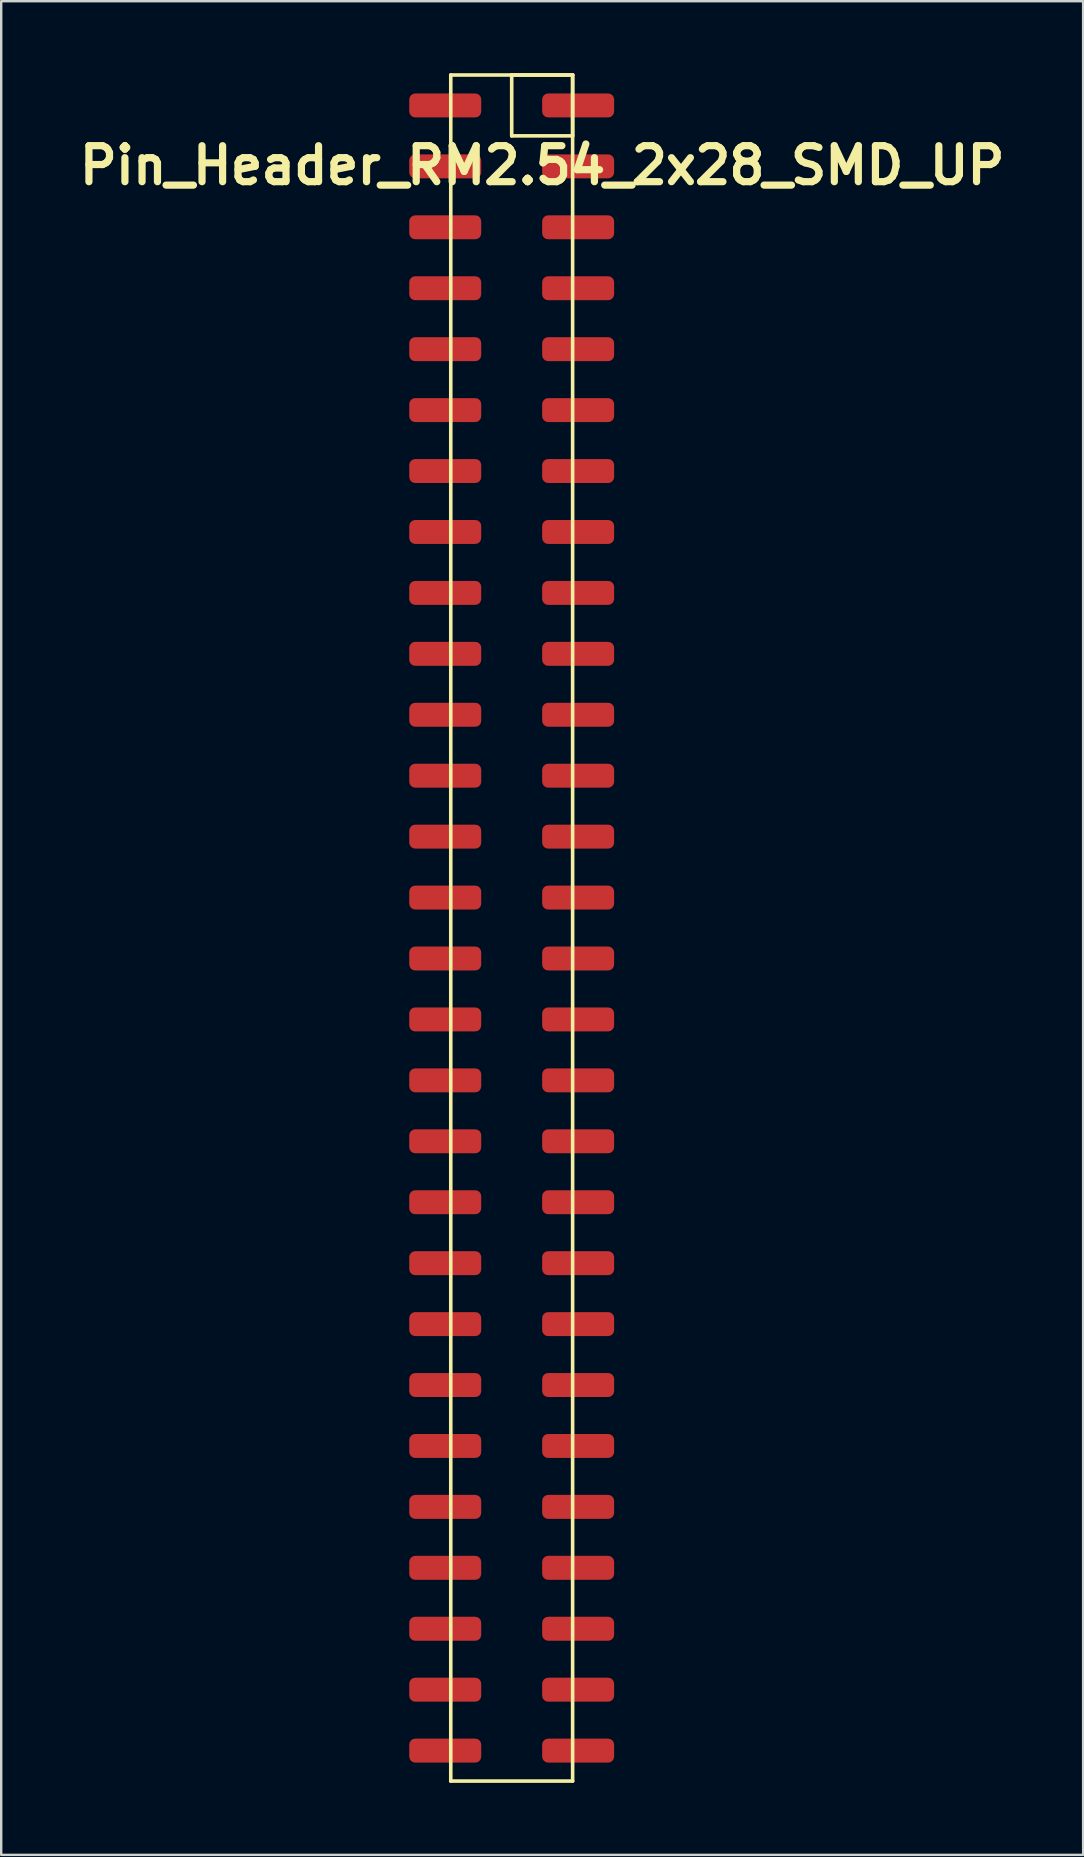
<source format=kicad_pcb>
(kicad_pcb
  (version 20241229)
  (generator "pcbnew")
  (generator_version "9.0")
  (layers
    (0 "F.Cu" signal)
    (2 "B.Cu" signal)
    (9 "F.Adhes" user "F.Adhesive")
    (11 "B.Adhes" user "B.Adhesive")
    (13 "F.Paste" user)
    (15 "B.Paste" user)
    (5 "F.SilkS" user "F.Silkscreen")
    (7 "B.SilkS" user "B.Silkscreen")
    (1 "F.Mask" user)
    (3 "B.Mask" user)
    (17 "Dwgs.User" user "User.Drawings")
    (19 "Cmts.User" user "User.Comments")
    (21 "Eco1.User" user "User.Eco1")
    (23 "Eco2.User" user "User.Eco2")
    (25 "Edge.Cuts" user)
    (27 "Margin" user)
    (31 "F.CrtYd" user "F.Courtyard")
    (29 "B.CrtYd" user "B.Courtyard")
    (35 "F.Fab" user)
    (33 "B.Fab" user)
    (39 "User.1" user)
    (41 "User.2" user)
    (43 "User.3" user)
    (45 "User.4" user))
  (footprint "Pin_Header_RM2.54_2x28_SMD_UP"
    (layer "F.Cu")
    (at 19.55 1.345)
    (property "Reference" "Pin_Header_RM2.54_2x28_SMD_UP" (at 0 2.5 0) (layer "F.SilkS") (effects (font (size 1.5 1.5) (thickness 0.3))))
    (attr through_hole)
    (fp_line (start -3.81 -1.27) (end 1.27 -1.27) (stroke (width 0.15) (type solid)) (layer "F.SilkS"))
    (fp_line (start -3.81 69.85) (end -3.81 -1.27) (stroke (width 0.15) (type solid)) (layer "F.SilkS"))
    (fp_line (start -1.27 -1.27) (end 1.27 -1.27) (stroke (width 0.15) (type solid)) (layer "F.SilkS"))
    (fp_line (start -1.27 1.27) (end -1.27 -1.27) (stroke (width 0.15) (type solid)) (layer "F.SilkS"))
    (fp_line (start 1.27 -1.27) (end 1.27 1.27) (stroke (width 0.15) (type solid)) (layer "F.SilkS"))
    (fp_line (start 1.27 -1.27) (end 1.27 69.85) (stroke (width 0.15) (type solid)) (layer "F.SilkS"))
    (fp_line (start 1.27 1.27) (end -1.27 1.27) (stroke (width 0.15) (type solid)) (layer "F.SilkS"))
    (fp_line (start 1.27 69.85) (end -3.81 69.85) (stroke (width 0.15) (type solid)) (layer "F.SilkS"))
    (pad "1" smd roundrect (at 1.5 0) (size 3 1) (layers "F.Cu" "F.Mask") (roundrect_rratio 0.25))
    (pad "2" smd roundrect (at -4.04 0) (size 3 1) (layers "F.Cu" "F.Mask") (roundrect_rratio 0.25))
    (pad "3" smd roundrect (at 1.5 2.54) (size 3 1) (layers "F.Cu" "F.Mask") (roundrect_rratio 0.25))
    (pad "4" smd roundrect (at -4.04 2.54) (size 3 1) (layers "F.Cu" "F.Mask") (roundrect_rratio 0.25))
    (pad "5" smd roundrect (at 1.5 5.08) (size 3 1) (layers "F.Cu" "F.Mask") (roundrect_rratio 0.25))
    (pad "6" smd roundrect (at -4.04 5.08) (size 3 1) (layers "F.Cu" "F.Mask") (roundrect_rratio 0.25))
    (pad "7" smd roundrect (at 1.5 7.62) (size 3 1) (layers "F.Cu" "F.Mask") (roundrect_rratio 0.25))
    (pad "8" smd roundrect (at -4.04 7.62) (size 3 1) (layers "F.Cu" "F.Mask") (roundrect_rratio 0.25))
    (pad "9" smd roundrect (at 1.5 10.16) (size 3 1) (layers "F.Cu" "F.Mask") (roundrect_rratio 0.25))
    (pad "10" smd roundrect (at -4.04 10.16) (size 3 1) (layers "F.Cu" "F.Mask") (roundrect_rratio 0.25))
    (pad "11" smd roundrect (at 1.5 12.7) (size 3 1) (layers "F.Cu" "F.Mask") (roundrect_rratio 0.25))
    (pad "12" smd roundrect (at -4.04 12.7) (size 3 1) (layers "F.Cu" "F.Mask") (roundrect_rratio 0.25))
    (pad "13" smd roundrect (at 1.5 15.24) (size 3 1) (layers "F.Cu" "F.Mask") (roundrect_rratio 0.25))
    (pad "14" smd roundrect (at -4.04 15.24) (size 3 1) (layers "F.Cu" "F.Mask") (roundrect_rratio 0.25))
    (pad "15" smd roundrect (at 1.5 17.78) (size 3 1) (layers "F.Cu" "F.Mask") (roundrect_rratio 0.25))
    (pad "16" smd roundrect (at -4.04 17.78) (size 3 1) (layers "F.Cu" "F.Mask") (roundrect_rratio 0.25))
    (pad "17" smd roundrect (at 1.5 20.32) (size 3 1) (layers "F.Cu" "F.Mask") (roundrect_rratio 0.25))
    (pad "18" smd roundrect (at -4.04 20.32) (size 3 1) (layers "F.Cu" "F.Mask") (roundrect_rratio 0.25))
    (pad "19" smd roundrect (at 1.5 22.86) (size 3 1) (layers "F.Cu" "F.Mask") (roundrect_rratio 0.25))
    (pad "20" smd roundrect (at -4.04 22.86) (size 3 1) (layers "F.Cu" "F.Mask") (roundrect_rratio 0.25))
    (pad "21" smd roundrect (at 1.5 25.4) (size 3 1) (layers "F.Cu" "F.Mask") (roundrect_rratio 0.25))
    (pad "22" smd roundrect (at -4.04 25.4) (size 3 1) (layers "F.Cu" "F.Mask") (roundrect_rratio 0.25))
    (pad "23" smd roundrect (at 1.5 27.94) (size 3 1) (layers "F.Cu" "F.Mask") (roundrect_rratio 0.25))
    (pad "24" smd roundrect (at -4.04 27.94) (size 3 1) (layers "F.Cu" "F.Mask") (roundrect_rratio 0.25))
    (pad "25" smd roundrect (at 1.5 30.48) (size 3 1) (layers "F.Cu" "F.Mask") (roundrect_rratio 0.25))
    (pad "26" smd roundrect (at -4.04 30.48) (size 3 1) (layers "F.Cu" "F.Mask") (roundrect_rratio 0.25))
    (pad "27" smd roundrect (at 1.5 33.02) (size 3 1) (layers "F.Cu" "F.Mask") (roundrect_rratio 0.25))
    (pad "28" smd roundrect (at -4.04 33.02) (size 3 1) (layers "F.Cu" "F.Mask") (roundrect_rratio 0.25))
    (pad "29" smd roundrect (at 1.5 35.56) (size 3 1) (layers "F.Cu" "F.Mask") (roundrect_rratio 0.25))
    (pad "30" smd roundrect (at -4.04 35.56) (size 3 1) (layers "F.Cu" "F.Mask") (roundrect_rratio 0.25))
    (pad "31" smd roundrect (at 1.5 38.1) (size 3 1) (layers "F.Cu" "F.Mask") (roundrect_rratio 0.25))
    (pad "32" smd roundrect (at -4.04 38.1) (size 3 1) (layers "F.Cu" "F.Mask") (roundrect_rratio 0.25))
    (pad "33" smd roundrect (at 1.5 40.64) (size 3 1) (layers "F.Cu" "F.Mask") (roundrect_rratio 0.25))
    (pad "34" smd roundrect (at -4.04 40.64) (size 3 1) (layers "F.Cu" "F.Mask") (roundrect_rratio 0.25))
    (pad "35" smd roundrect (at 1.5 43.18) (size 3 1) (layers "F.Cu" "F.Mask") (roundrect_rratio 0.25))
    (pad "36" smd roundrect (at -4.04 43.18) (size 3 1) (layers "F.Cu" "F.Mask") (roundrect_rratio 0.25))
    (pad "37" smd roundrect (at 1.5 45.72) (size 3 1) (layers "F.Cu" "F.Mask") (roundrect_rratio 0.25))
    (pad "38" smd roundrect (at -4.04 45.72) (size 3 1) (layers "F.Cu" "F.Mask") (roundrect_rratio 0.25))
    (pad "39" smd roundrect (at 1.5 48.26) (size 3 1) (layers "F.Cu" "F.Mask") (roundrect_rratio 0.25))
    (pad "40" smd roundrect (at -4.04 48.26) (size 3 1) (layers "F.Cu" "F.Mask") (roundrect_rratio 0.25))
    (pad "41" smd roundrect (at 1.5 50.8) (size 3 1) (layers "F.Cu" "F.Mask") (roundrect_rratio 0.25))
    (pad "42" smd roundrect (at -4.04 50.8) (size 3 1) (layers "F.Cu" "F.Mask") (roundrect_rratio 0.25))
    (pad "43" smd roundrect (at 1.5 53.34) (size 3 1) (layers "F.Cu" "F.Mask") (roundrect_rratio 0.25))
    (pad "44" smd roundrect (at -4.04 53.34) (size 3 1) (layers "F.Cu" "F.Mask") (roundrect_rratio 0.25))
    (pad "45" smd roundrect (at 1.5 55.88) (size 3 1) (layers "F.Cu" "F.Mask") (roundrect_rratio 0.25))
    (pad "46" smd roundrect (at -4.04 55.88) (size 3 1) (layers "F.Cu" "F.Mask") (roundrect_rratio 0.25))
    (pad "47" smd roundrect (at 1.5 58.42) (size 3 1) (layers "F.Cu" "F.Mask") (roundrect_rratio 0.25))
    (pad "48" smd roundrect (at -4.04 58.42) (size 3 1) (layers "F.Cu" "F.Mask") (roundrect_rratio 0.25))
    (pad "49" smd roundrect (at 1.5 60.96) (size 3 1) (layers "F.Cu" "F.Mask") (roundrect_rratio 0.25))
    (pad "50" smd roundrect (at -4.04 60.96) (size 3 1) (layers "F.Cu" "F.Mask") (roundrect_rratio 0.25))
    (pad "51" smd roundrect (at 1.5 63.5) (size 3 1) (layers "F.Cu" "F.Mask") (roundrect_rratio 0.25))
    (pad "52" smd roundrect (at -4.04 63.5) (size 3 1) (layers "F.Cu" "F.Mask") (roundrect_rratio 0.25))
    (pad "53" smd roundrect (at 1.5 66.04) (size 3 1) (layers "F.Cu" "F.Mask") (roundrect_rratio 0.25))
    (pad "54" smd roundrect (at -4.04 66.04) (size 3 1) (layers "F.Cu" "F.Mask") (roundrect_rratio 0.25))
    (pad "55" smd roundrect (at 1.5 68.58) (size 3 1) (layers "F.Cu" "F.Mask") (roundrect_rratio 0.25))
    (pad "56" smd roundrect (at -4.04 68.58) (size 3 1) (layers "F.Cu" "F.Mask") (roundrect_rratio 0.25)))
  (gr_rect
    (start -3 -3)
    (end 42.1 74.27)
    (stroke (width 0.1) (type default))
    (fill no)
    (layer "Edge.Cuts")))
</source>
